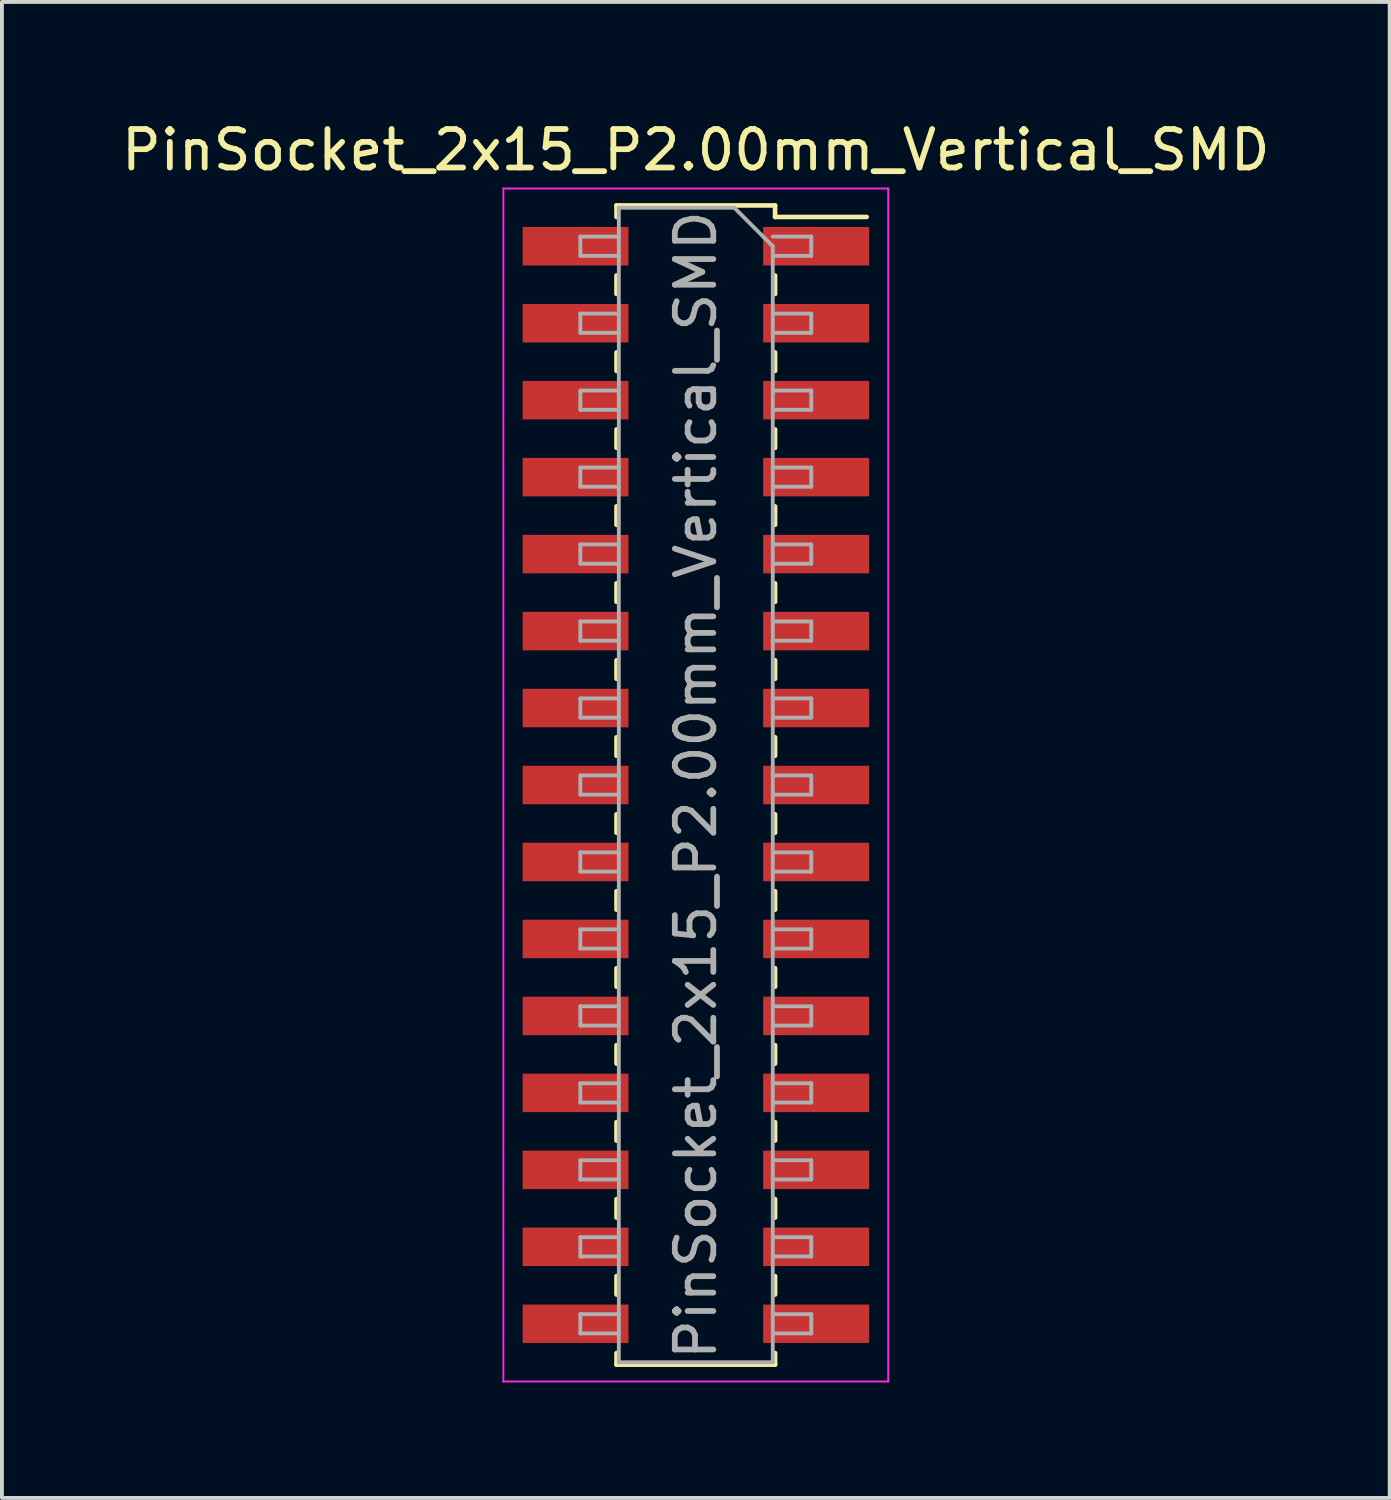
<source format=kicad_pcb>
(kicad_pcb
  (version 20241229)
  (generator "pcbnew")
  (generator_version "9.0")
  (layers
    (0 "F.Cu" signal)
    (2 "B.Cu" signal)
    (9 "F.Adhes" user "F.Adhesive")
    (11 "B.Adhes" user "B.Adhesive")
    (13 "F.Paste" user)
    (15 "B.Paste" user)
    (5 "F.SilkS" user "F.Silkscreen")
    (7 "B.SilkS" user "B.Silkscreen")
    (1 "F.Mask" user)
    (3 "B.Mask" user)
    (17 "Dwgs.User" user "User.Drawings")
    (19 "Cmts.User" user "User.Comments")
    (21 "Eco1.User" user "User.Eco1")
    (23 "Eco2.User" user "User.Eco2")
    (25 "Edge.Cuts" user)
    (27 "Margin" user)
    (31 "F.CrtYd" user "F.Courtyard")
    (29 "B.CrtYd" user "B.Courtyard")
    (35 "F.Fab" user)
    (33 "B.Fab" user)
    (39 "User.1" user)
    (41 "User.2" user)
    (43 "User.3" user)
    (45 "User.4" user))
  (footprint "PinSocket_2x15_P2.00mm_Vertical_SMD"
    (layer "F.Cu")
    (at 15.03 17.348)
    (property "Reference" "PinSocket_2x15_P2.00mm_Vertical_SMD" (at 0 -16.5 0) (layer "F.SilkS") (effects (font (size 1 1) (thickness 0.15))))
    (attr smd)
    (fp_line (start -2.06 -15.06) (end -2.06 -14.76) (stroke (width 0.12) (type solid)) (layer "F.SilkS"))
    (fp_line (start -2.06 -15.06) (end 2.06 -15.06) (stroke (width 0.12) (type solid)) (layer "F.SilkS"))
    (fp_line (start -2.06 -13.24) (end -2.06 -12.76) (stroke (width 0.12) (type solid)) (layer "F.SilkS"))
    (fp_line (start -2.06 -11.24) (end -2.06 -10.76) (stroke (width 0.12) (type solid)) (layer "F.SilkS"))
    (fp_line (start -2.06 -9.24) (end -2.06 -8.76) (stroke (width 0.12) (type solid)) (layer "F.SilkS"))
    (fp_line (start -2.06 -7.24) (end -2.06 -6.76) (stroke (width 0.12) (type solid)) (layer "F.SilkS"))
    (fp_line (start -2.06 -5.24) (end -2.06 -4.76) (stroke (width 0.12) (type solid)) (layer "F.SilkS"))
    (fp_line (start -2.06 -3.24) (end -2.06 -2.76) (stroke (width 0.12) (type solid)) (layer "F.SilkS"))
    (fp_line (start -2.06 -1.24) (end -2.06 -0.76) (stroke (width 0.12) (type solid)) (layer "F.SilkS"))
    (fp_line (start -2.06 0.76) (end -2.06 1.24) (stroke (width 0.12) (type solid)) (layer "F.SilkS"))
    (fp_line (start -2.06 2.76) (end -2.06 3.24) (stroke (width 0.12) (type solid)) (layer "F.SilkS"))
    (fp_line (start -2.06 4.76) (end -2.06 5.24) (stroke (width 0.12) (type solid)) (layer "F.SilkS"))
    (fp_line (start -2.06 6.76) (end -2.06 7.24) (stroke (width 0.12) (type solid)) (layer "F.SilkS"))
    (fp_line (start -2.06 8.76) (end -2.06 9.24) (stroke (width 0.12) (type solid)) (layer "F.SilkS"))
    (fp_line (start -2.06 10.76) (end -2.06 11.24) (stroke (width 0.12) (type solid)) (layer "F.SilkS"))
    (fp_line (start -2.06 12.76) (end -2.06 13.24) (stroke (width 0.12) (type solid)) (layer "F.SilkS"))
    (fp_line (start -2.06 14.76) (end -2.06 15.06) (stroke (width 0.12) (type solid)) (layer "F.SilkS"))
    (fp_line (start -2.06 15.06) (end 2.06 15.06) (stroke (width 0.12) (type solid)) (layer "F.SilkS"))
    (fp_line (start 2.06 -15.06) (end 2.06 -14.76) (stroke (width 0.12) (type solid)) (layer "F.SilkS"))
    (fp_line (start 2.06 -14.76) (end 4.44 -14.76) (stroke (width 0.12) (type solid)) (layer "F.SilkS"))
    (fp_line (start 2.06 -13.24) (end 2.06 -12.76) (stroke (width 0.12) (type solid)) (layer "F.SilkS"))
    (fp_line (start 2.06 -11.24) (end 2.06 -10.76) (stroke (width 0.12) (type solid)) (layer "F.SilkS"))
    (fp_line (start 2.06 -9.24) (end 2.06 -8.76) (stroke (width 0.12) (type solid)) (layer "F.SilkS"))
    (fp_line (start 2.06 -7.24) (end 2.06 -6.76) (stroke (width 0.12) (type solid)) (layer "F.SilkS"))
    (fp_line (start 2.06 -5.24) (end 2.06 -4.76) (stroke (width 0.12) (type solid)) (layer "F.SilkS"))
    (fp_line (start 2.06 -3.24) (end 2.06 -2.76) (stroke (width 0.12) (type solid)) (layer "F.SilkS"))
    (fp_line (start 2.06 -1.24) (end 2.06 -0.76) (stroke (width 0.12) (type solid)) (layer "F.SilkS"))
    (fp_line (start 2.06 0.76) (end 2.06 1.24) (stroke (width 0.12) (type solid)) (layer "F.SilkS"))
    (fp_line (start 2.06 2.76) (end 2.06 3.24) (stroke (width 0.12) (type solid)) (layer "F.SilkS"))
    (fp_line (start 2.06 4.76) (end 2.06 5.24) (stroke (width 0.12) (type solid)) (layer "F.SilkS"))
    (fp_line (start 2.06 6.76) (end 2.06 7.24) (stroke (width 0.12) (type solid)) (layer "F.SilkS"))
    (fp_line (start 2.06 8.76) (end 2.06 9.24) (stroke (width 0.12) (type solid)) (layer "F.SilkS"))
    (fp_line (start 2.06 10.76) (end 2.06 11.24) (stroke (width 0.12) (type solid)) (layer "F.SilkS"))
    (fp_line (start 2.06 12.76) (end 2.06 13.24) (stroke (width 0.12) (type solid)) (layer "F.SilkS"))
    (fp_line (start 2.06 14.76) (end 2.06 15.06) (stroke (width 0.12) (type solid)) (layer "F.SilkS"))
    (fp_line (start -5 -15.5) (end 5 -15.5) (stroke (width 0.05) (type solid)) (layer "F.CrtYd"))
    (fp_line (start -5 15.5) (end -5 -15.5) (stroke (width 0.05) (type solid)) (layer "F.CrtYd"))
    (fp_line (start 5 -15.5) (end 5 15.5) (stroke (width 0.05) (type solid)) (layer "F.CrtYd"))
    (fp_line (start 5 15.5) (end -5 15.5) (stroke (width 0.05) (type solid)) (layer "F.CrtYd"))
    (fp_line (start -3 -14.25) (end -2 -14.25) (stroke (width 0.1) (type solid)) (layer "F.Fab"))
    (fp_line (start -3 -13.75) (end -3 -14.25) (stroke (width 0.1) (type solid)) (layer "F.Fab"))
    (fp_line (start -3 -12.25) (end -2 -12.25) (stroke (width 0.1) (type solid)) (layer "F.Fab"))
    (fp_line (start -3 -11.75) (end -3 -12.25) (stroke (width 0.1) (type solid)) (layer "F.Fab"))
    (fp_line (start -3 -10.25) (end -2 -10.25) (stroke (width 0.1) (type solid)) (layer "F.Fab"))
    (fp_line (start -3 -9.75) (end -3 -10.25) (stroke (width 0.1) (type solid)) (layer "F.Fab"))
    (fp_line (start -3 -8.25) (end -2 -8.25) (stroke (width 0.1) (type solid)) (layer "F.Fab"))
    (fp_line (start -3 -7.75) (end -3 -8.25) (stroke (width 0.1) (type solid)) (layer "F.Fab"))
    (fp_line (start -3 -6.25) (end -2 -6.25) (stroke (width 0.1) (type solid)) (layer "F.Fab"))
    (fp_line (start -3 -5.75) (end -3 -6.25) (stroke (width 0.1) (type solid)) (layer "F.Fab"))
    (fp_line (start -3 -4.25) (end -2 -4.25) (stroke (width 0.1) (type solid)) (layer "F.Fab"))
    (fp_line (start -3 -3.75) (end -3 -4.25) (stroke (width 0.1) (type solid)) (layer "F.Fab"))
    (fp_line (start -3 -2.25) (end -2 -2.25) (stroke (width 0.1) (type solid)) (layer "F.Fab"))
    (fp_line (start -3 -1.75) (end -3 -2.25) (stroke (width 0.1) (type solid)) (layer "F.Fab"))
    (fp_line (start -3 -0.25) (end -2 -0.25) (stroke (width 0.1) (type solid)) (layer "F.Fab"))
    (fp_line (start -3 0.25) (end -3 -0.25) (stroke (width 0.1) (type solid)) (layer "F.Fab"))
    (fp_line (start -3 1.75) (end -2 1.75) (stroke (width 0.1) (type solid)) (layer "F.Fab"))
    (fp_line (start -3 2.25) (end -3 1.75) (stroke (width 0.1) (type solid)) (layer "F.Fab"))
    (fp_line (start -3 3.75) (end -2 3.75) (stroke (width 0.1) (type solid)) (layer "F.Fab"))
    (fp_line (start -3 4.25) (end -3 3.75) (stroke (width 0.1) (type solid)) (layer "F.Fab"))
    (fp_line (start -3 5.75) (end -2 5.75) (stroke (width 0.1) (type solid)) (layer "F.Fab"))
    (fp_line (start -3 6.25) (end -3 5.75) (stroke (width 0.1) (type solid)) (layer "F.Fab"))
    (fp_line (start -3 7.75) (end -2 7.75) (stroke (width 0.1) (type solid)) (layer "F.Fab"))
    (fp_line (start -3 8.25) (end -3 7.75) (stroke (width 0.1) (type solid)) (layer "F.Fab"))
    (fp_line (start -3 9.75) (end -2 9.75) (stroke (width 0.1) (type solid)) (layer "F.Fab"))
    (fp_line (start -3 10.25) (end -3 9.75) (stroke (width 0.1) (type solid)) (layer "F.Fab"))
    (fp_line (start -3 11.75) (end -2 11.75) (stroke (width 0.1) (type solid)) (layer "F.Fab"))
    (fp_line (start -3 12.25) (end -3 11.75) (stroke (width 0.1) (type solid)) (layer "F.Fab"))
    (fp_line (start -3 13.75) (end -2 13.75) (stroke (width 0.1) (type solid)) (layer "F.Fab"))
    (fp_line (start -3 14.25) (end -3 13.75) (stroke (width 0.1) (type solid)) (layer "F.Fab"))
    (fp_line (start -2 -15) (end 1 -15) (stroke (width 0.1) (type solid)) (layer "F.Fab"))
    (fp_line (start -2 -13.75) (end -3 -13.75) (stroke (width 0.1) (type solid)) (layer "F.Fab"))
    (fp_line (start -2 -11.75) (end -3 -11.75) (stroke (width 0.1) (type solid)) (layer "F.Fab"))
    (fp_line (start -2 -9.75) (end -3 -9.75) (stroke (width 0.1) (type solid)) (layer "F.Fab"))
    (fp_line (start -2 -7.75) (end -3 -7.75) (stroke (width 0.1) (type solid)) (layer "F.Fab"))
    (fp_line (start -2 -5.75) (end -3 -5.75) (stroke (width 0.1) (type solid)) (layer "F.Fab"))
    (fp_line (start -2 -3.75) (end -3 -3.75) (stroke (width 0.1) (type solid)) (layer "F.Fab"))
    (fp_line (start -2 -1.75) (end -3 -1.75) (stroke (width 0.1) (type solid)) (layer "F.Fab"))
    (fp_line (start -2 0.25) (end -3 0.25) (stroke (width 0.1) (type solid)) (layer "F.Fab"))
    (fp_line (start -2 2.25) (end -3 2.25) (stroke (width 0.1) (type solid)) (layer "F.Fab"))
    (fp_line (start -2 4.25) (end -3 4.25) (stroke (width 0.1) (type solid)) (layer "F.Fab"))
    (fp_line (start -2 6.25) (end -3 6.25) (stroke (width 0.1) (type solid)) (layer "F.Fab"))
    (fp_line (start -2 8.25) (end -3 8.25) (stroke (width 0.1) (type solid)) (layer "F.Fab"))
    (fp_line (start -2 10.25) (end -3 10.25) (stroke (width 0.1) (type solid)) (layer "F.Fab"))
    (fp_line (start -2 12.25) (end -3 12.25) (stroke (width 0.1) (type solid)) (layer "F.Fab"))
    (fp_line (start -2 14.25) (end -3 14.25) (stroke (width 0.1) (type solid)) (layer "F.Fab"))
    (fp_line (start -2 15) (end -2 -15) (stroke (width 0.1) (type solid)) (layer "F.Fab"))
    (fp_line (start 1 -15) (end 2 -14) (stroke (width 0.1) (type solid)) (layer "F.Fab"))
    (fp_line (start 2 -14.25) (end 3 -14.25) (stroke (width 0.1) (type solid)) (layer "F.Fab"))
    (fp_line (start 2 -14) (end 2 15) (stroke (width 0.1) (type solid)) (layer "F.Fab"))
    (fp_line (start 2 -12.25) (end 3 -12.25) (stroke (width 0.1) (type solid)) (layer "F.Fab"))
    (fp_line (start 2 -10.25) (end 3 -10.25) (stroke (width 0.1) (type solid)) (layer "F.Fab"))
    (fp_line (start 2 -8.25) (end 3 -8.25) (stroke (width 0.1) (type solid)) (layer "F.Fab"))
    (fp_line (start 2 -6.25) (end 3 -6.25) (stroke (width 0.1) (type solid)) (layer "F.Fab"))
    (fp_line (start 2 -4.25) (end 3 -4.25) (stroke (width 0.1) (type solid)) (layer "F.Fab"))
    (fp_line (start 2 -2.25) (end 3 -2.25) (stroke (width 0.1) (type solid)) (layer "F.Fab"))
    (fp_line (start 2 -0.25) (end 3 -0.25) (stroke (width 0.1) (type solid)) (layer "F.Fab"))
    (fp_line (start 2 1.75) (end 3 1.75) (stroke (width 0.1) (type solid)) (layer "F.Fab"))
    (fp_line (start 2 3.75) (end 3 3.75) (stroke (width 0.1) (type solid)) (layer "F.Fab"))
    (fp_line (start 2 5.75) (end 3 5.75) (stroke (width 0.1) (type solid)) (layer "F.Fab"))
    (fp_line (start 2 7.75) (end 3 7.75) (stroke (width 0.1) (type solid)) (layer "F.Fab"))
    (fp_line (start 2 9.75) (end 3 9.75) (stroke (width 0.1) (type solid)) (layer "F.Fab"))
    (fp_line (start 2 11.75) (end 3 11.75) (stroke (width 0.1) (type solid)) (layer "F.Fab"))
    (fp_line (start 2 13.75) (end 3 13.75) (stroke (width 0.1) (type solid)) (layer "F.Fab"))
    (fp_line (start 2 15) (end -2 15) (stroke (width 0.1) (type solid)) (layer "F.Fab"))
    (fp_line (start 3 -14.25) (end 3 -13.75) (stroke (width 0.1) (type solid)) (layer "F.Fab"))
    (fp_line (start 3 -13.75) (end 2 -13.75) (stroke (width 0.1) (type solid)) (layer "F.Fab"))
    (fp_line (start 3 -12.25) (end 3 -11.75) (stroke (width 0.1) (type solid)) (layer "F.Fab"))
    (fp_line (start 3 -11.75) (end 2 -11.75) (stroke (width 0.1) (type solid)) (layer "F.Fab"))
    (fp_line (start 3 -10.25) (end 3 -9.75) (stroke (width 0.1) (type solid)) (layer "F.Fab"))
    (fp_line (start 3 -9.75) (end 2 -9.75) (stroke (width 0.1) (type solid)) (layer "F.Fab"))
    (fp_line (start 3 -8.25) (end 3 -7.75) (stroke (width 0.1) (type solid)) (layer "F.Fab"))
    (fp_line (start 3 -7.75) (end 2 -7.75) (stroke (width 0.1) (type solid)) (layer "F.Fab"))
    (fp_line (start 3 -6.25) (end 3 -5.75) (stroke (width 0.1) (type solid)) (layer "F.Fab"))
    (fp_line (start 3 -5.75) (end 2 -5.75) (stroke (width 0.1) (type solid)) (layer "F.Fab"))
    (fp_line (start 3 -4.25) (end 3 -3.75) (stroke (width 0.1) (type solid)) (layer "F.Fab"))
    (fp_line (start 3 -3.75) (end 2 -3.75) (stroke (width 0.1) (type solid)) (layer "F.Fab"))
    (fp_line (start 3 -2.25) (end 3 -1.75) (stroke (width 0.1) (type solid)) (layer "F.Fab"))
    (fp_line (start 3 -1.75) (end 2 -1.75) (stroke (width 0.1) (type solid)) (layer "F.Fab"))
    (fp_line (start 3 -0.25) (end 3 0.25) (stroke (width 0.1) (type solid)) (layer "F.Fab"))
    (fp_line (start 3 0.25) (end 2 0.25) (stroke (width 0.1) (type solid)) (layer "F.Fab"))
    (fp_line (start 3 1.75) (end 3 2.25) (stroke (width 0.1) (type solid)) (layer "F.Fab"))
    (fp_line (start 3 2.25) (end 2 2.25) (stroke (width 0.1) (type solid)) (layer "F.Fab"))
    (fp_line (start 3 3.75) (end 3 4.25) (stroke (width 0.1) (type solid)) (layer "F.Fab"))
    (fp_line (start 3 4.25) (end 2 4.25) (stroke (width 0.1) (type solid)) (layer "F.Fab"))
    (fp_line (start 3 5.75) (end 3 6.25) (stroke (width 0.1) (type solid)) (layer "F.Fab"))
    (fp_line (start 3 6.25) (end 2 6.25) (stroke (width 0.1) (type solid)) (layer "F.Fab"))
    (fp_line (start 3 7.75) (end 3 8.25) (stroke (width 0.1) (type solid)) (layer "F.Fab"))
    (fp_line (start 3 8.25) (end 2 8.25) (stroke (width 0.1) (type solid)) (layer "F.Fab"))
    (fp_line (start 3 9.75) (end 3 10.25) (stroke (width 0.1) (type solid)) (layer "F.Fab"))
    (fp_line (start 3 10.25) (end 2 10.25) (stroke (width 0.1) (type solid)) (layer "F.Fab"))
    (fp_line (start 3 11.75) (end 3 12.25) (stroke (width 0.1) (type solid)) (layer "F.Fab"))
    (fp_line (start 3 12.25) (end 2 12.25) (stroke (width 0.1) (type solid)) (layer "F.Fab"))
    (fp_line (start 3 13.75) (end 3 14.25) (stroke (width 0.1) (type solid)) (layer "F.Fab"))
    (fp_line (start 3 14.25) (end 2 14.25) (stroke (width 0.1) (type solid)) (layer "F.Fab"))
    (fp_text user "${REFERENCE}" (at 0 0 90) (layer "F.Fab") (effects (font (size 1 1) (thickness 0.15))))
    (pad "1" smd rect (at 3.125 -14) (size 2.75 1) (layers "F.Cu" "F.Mask" "F.Paste"))
    (pad "2" smd rect (at -3.125 -14) (size 2.75 1) (layers "F.Cu" "F.Mask" "F.Paste"))
    (pad "3" smd rect (at 3.125 -12) (size 2.75 1) (layers "F.Cu" "F.Mask" "F.Paste"))
    (pad "4" smd rect (at -3.125 -12) (size 2.75 1) (layers "F.Cu" "F.Mask" "F.Paste"))
    (pad "5" smd rect (at 3.125 -10) (size 2.75 1) (layers "F.Cu" "F.Mask" "F.Paste"))
    (pad "6" smd rect (at -3.125 -10) (size 2.75 1) (layers "F.Cu" "F.Mask" "F.Paste"))
    (pad "7" smd rect (at 3.125 -8) (size 2.75 1) (layers "F.Cu" "F.Mask" "F.Paste"))
    (pad "8" smd rect (at -3.125 -8) (size 2.75 1) (layers "F.Cu" "F.Mask" "F.Paste"))
    (pad "9" smd rect (at 3.125 -6) (size 2.75 1) (layers "F.Cu" "F.Mask" "F.Paste"))
    (pad "10" smd rect (at -3.125 -6) (size 2.75 1) (layers "F.Cu" "F.Mask" "F.Paste"))
    (pad "11" smd rect (at 3.125 -4) (size 2.75 1) (layers "F.Cu" "F.Mask" "F.Paste"))
    (pad "12" smd rect (at -3.125 -4) (size 2.75 1) (layers "F.Cu" "F.Mask" "F.Paste"))
    (pad "13" smd rect (at 3.125 -2) (size 2.75 1) (layers "F.Cu" "F.Mask" "F.Paste"))
    (pad "14" smd rect (at -3.125 -2) (size 2.75 1) (layers "F.Cu" "F.Mask" "F.Paste"))
    (pad "15" smd rect (at 3.125 0) (size 2.75 1) (layers "F.Cu" "F.Mask" "F.Paste"))
    (pad "16" smd rect (at -3.125 0) (size 2.75 1) (layers "F.Cu" "F.Mask" "F.Paste"))
    (pad "17" smd rect (at 3.125 2) (size 2.75 1) (layers "F.Cu" "F.Mask" "F.Paste"))
    (pad "18" smd rect (at -3.125 2) (size 2.75 1) (layers "F.Cu" "F.Mask" "F.Paste"))
    (pad "19" smd rect (at 3.125 4) (size 2.75 1) (layers "F.Cu" "F.Mask" "F.Paste"))
    (pad "20" smd rect (at -3.125 4) (size 2.75 1) (layers "F.Cu" "F.Mask" "F.Paste"))
    (pad "21" smd rect (at 3.125 6) (size 2.75 1) (layers "F.Cu" "F.Mask" "F.Paste"))
    (pad "22" smd rect (at -3.125 6) (size 2.75 1) (layers "F.Cu" "F.Mask" "F.Paste"))
    (pad "23" smd rect (at 3.125 8) (size 2.75 1) (layers "F.Cu" "F.Mask" "F.Paste"))
    (pad "24" smd rect (at -3.125 8) (size 2.75 1) (layers "F.Cu" "F.Mask" "F.Paste"))
    (pad "25" smd rect (at 3.125 10) (size 2.75 1) (layers "F.Cu" "F.Mask" "F.Paste"))
    (pad "26" smd rect (at -3.125 10) (size 2.75 1) (layers "F.Cu" "F.Mask" "F.Paste"))
    (pad "27" smd rect (at 3.125 12) (size 2.75 1) (layers "F.Cu" "F.Mask" "F.Paste"))
    (pad "28" smd rect (at -3.125 12) (size 2.75 1) (layers "F.Cu" "F.Mask" "F.Paste"))
    (pad "29" smd rect (at 3.125 14) (size 2.75 1) (layers "F.Cu" "F.Mask" "F.Paste"))
    (pad "30" smd rect (at -3.125 14) (size 2.75 1) (layers "F.Cu" "F.Mask" "F.Paste")))
  (gr_rect
    (start -3 -3)
    (end 33.06 35.873)
    (stroke (width 0.1) (type default))
    (fill no)
    (layer "Edge.Cuts")))
</source>
